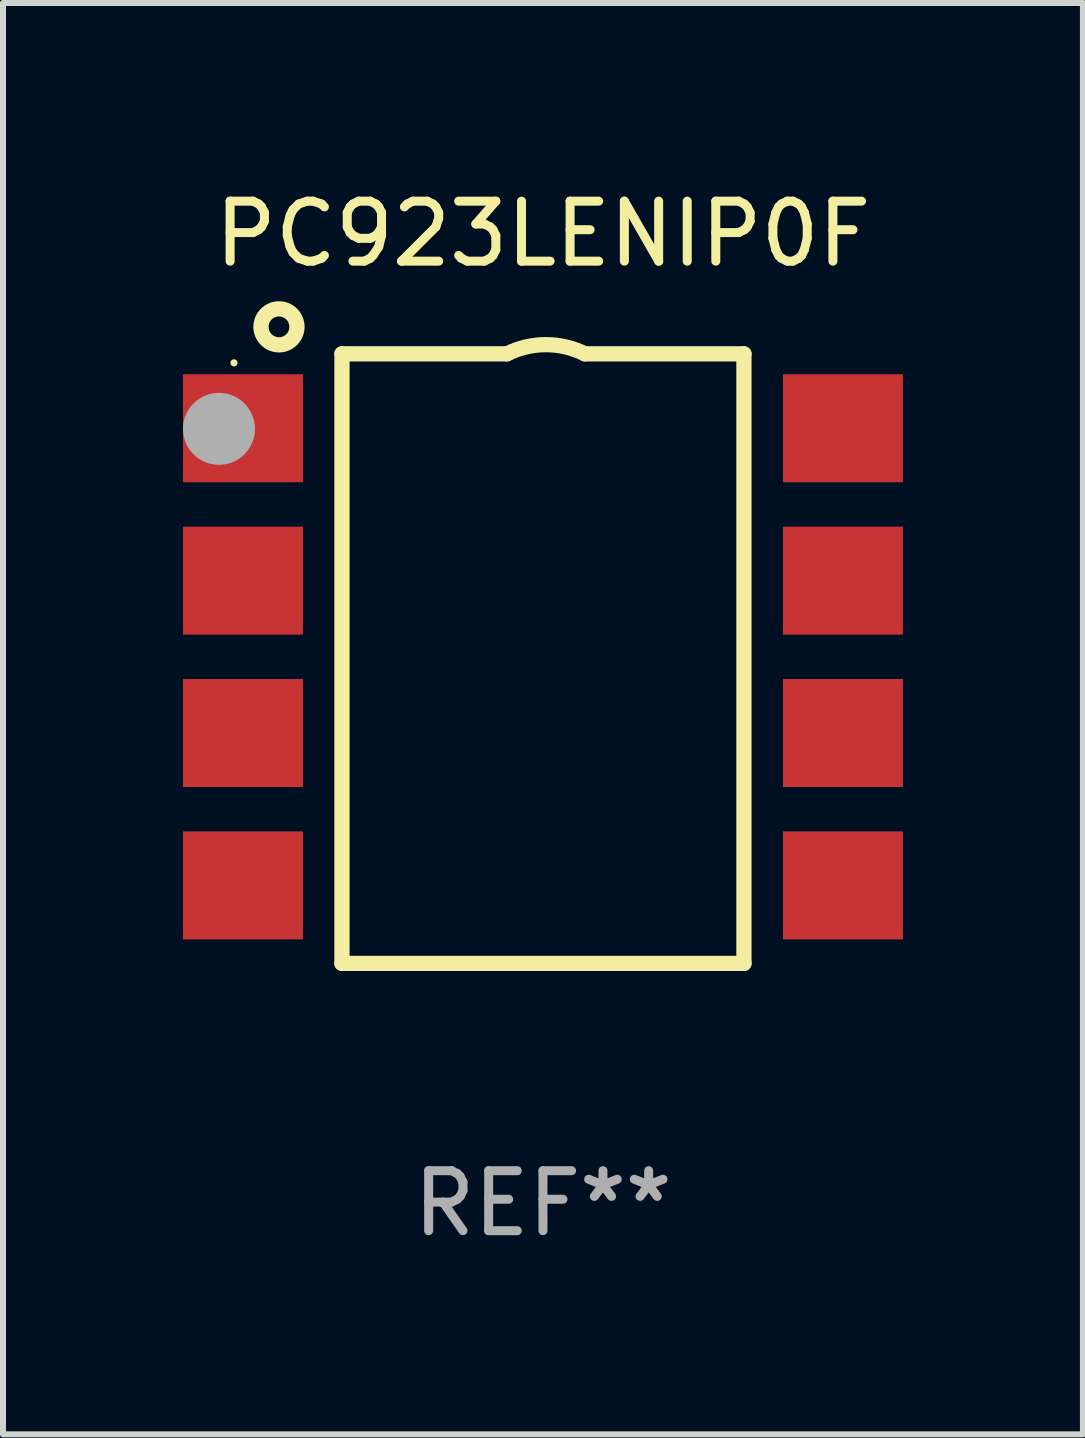
<source format=kicad_pcb>
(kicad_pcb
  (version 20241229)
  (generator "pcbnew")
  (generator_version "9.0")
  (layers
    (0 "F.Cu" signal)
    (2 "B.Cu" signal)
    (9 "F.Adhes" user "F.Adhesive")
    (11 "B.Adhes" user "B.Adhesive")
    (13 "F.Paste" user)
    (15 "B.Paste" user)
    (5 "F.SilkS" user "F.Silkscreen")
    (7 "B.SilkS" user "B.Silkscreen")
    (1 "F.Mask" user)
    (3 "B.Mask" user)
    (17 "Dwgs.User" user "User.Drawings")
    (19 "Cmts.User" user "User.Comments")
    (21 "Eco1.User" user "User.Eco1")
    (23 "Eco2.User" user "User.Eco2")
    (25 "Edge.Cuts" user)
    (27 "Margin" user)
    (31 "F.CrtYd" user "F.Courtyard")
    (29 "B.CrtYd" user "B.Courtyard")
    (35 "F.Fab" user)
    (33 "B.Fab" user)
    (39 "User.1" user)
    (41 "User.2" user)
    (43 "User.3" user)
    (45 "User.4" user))
  (footprint "PC923LENIP0F"
    (layer "F.Cu")
    (at 6 7.928)
    (property "Reference" "PC923LENIP0F" (at 0 -7.08 0) (layer "F.SilkS") (effects (font (size 1 1) (thickness 0.15))))
    (attr through_hole)
    (fp_line (start -3.35 5.08) (end -3.35 -5.08) (stroke (width 0.254) (type solid)) (layer "F.SilkS"))
    (fp_line (start -3.35 5.08) (end 3.35 5.08) (stroke (width 0.254) (type solid)) (layer "F.SilkS"))
    (fp_line (start -0.6 -5.08) (end -3.35 -5.08) (stroke (width 0.254) (type solid)) (layer "F.SilkS"))
    (fp_line (start 0.7 -5.08) (end 3.35 -5.08) (stroke (width 0.254) (type solid)) (layer "F.SilkS"))
    (fp_line (start 3.35 -5.08) (end 3.35 5.08) (stroke (width 0.254) (type solid)) (layer "F.SilkS"))
    (fp_arc (start -0.600127 -5.079985) (mid 0.049873 -5.23343) (end 0.699874 -5.079985) (stroke (width 0.254001) (type solid)) (layer "F.SilkS"))
    (fp_circle (center -5.15 -4.93) (end -5.12 -4.93) (stroke (width 0.06) (type solid)) (fill no) (layer "F.SilkS"))
    (fp_circle (center -4.4 -5.53) (end -4.1 -5.53) (stroke (width 0.254) (type solid)) (fill no) (layer "F.SilkS"))
    (fp_circle (center -5.4 -3.83) (end -5.1 -3.83) (stroke (width 0.6) (type solid)) (fill no) (layer "F.Fab"))
    (fp_text user "REF**" (at 0 9.08 0) (layer "F.Fab") (effects (font (size 1 1) (thickness 0.15))))
    (pad "1" smd rect (at -5 -3.84 270) (size 1.8 2) (layers "F.Cu" "F.Mask" "F.Paste"))
    (pad "2" smd rect (at -5 -1.3 270) (size 1.8 2) (layers "F.Cu" "F.Mask" "F.Paste"))
    (pad "3" smd rect (at -5 1.24 270) (size 1.8 2) (layers "F.Cu" "F.Mask" "F.Paste"))
    (pad "4" smd rect (at -5 3.78 90) (size 1.8 2) (layers "F.Cu" "F.Mask" "F.Paste"))
    (pad "5" smd rect (at 5 3.78 90) (size 1.8 2) (layers "F.Cu" "F.Mask" "F.Paste"))
    (pad "6" smd rect (at 5 1.24 90) (size 1.8 2) (layers "F.Cu" "F.Mask" "F.Paste"))
    (pad "7" smd rect (at 5 -1.3 90) (size 1.8 2) (layers "F.Cu" "F.Mask" "F.Paste"))
    (pad "8" smd rect (at 5 -3.84 90) (size 1.8 2) (layers "F.Cu" "F.Mask" "F.Paste")))
  (gr_rect
    (start -3 -3)
    (end 15 20.857)
    (stroke (width 0.1) (type default))
    (fill no)
    (layer "Edge.Cuts")))
</source>
